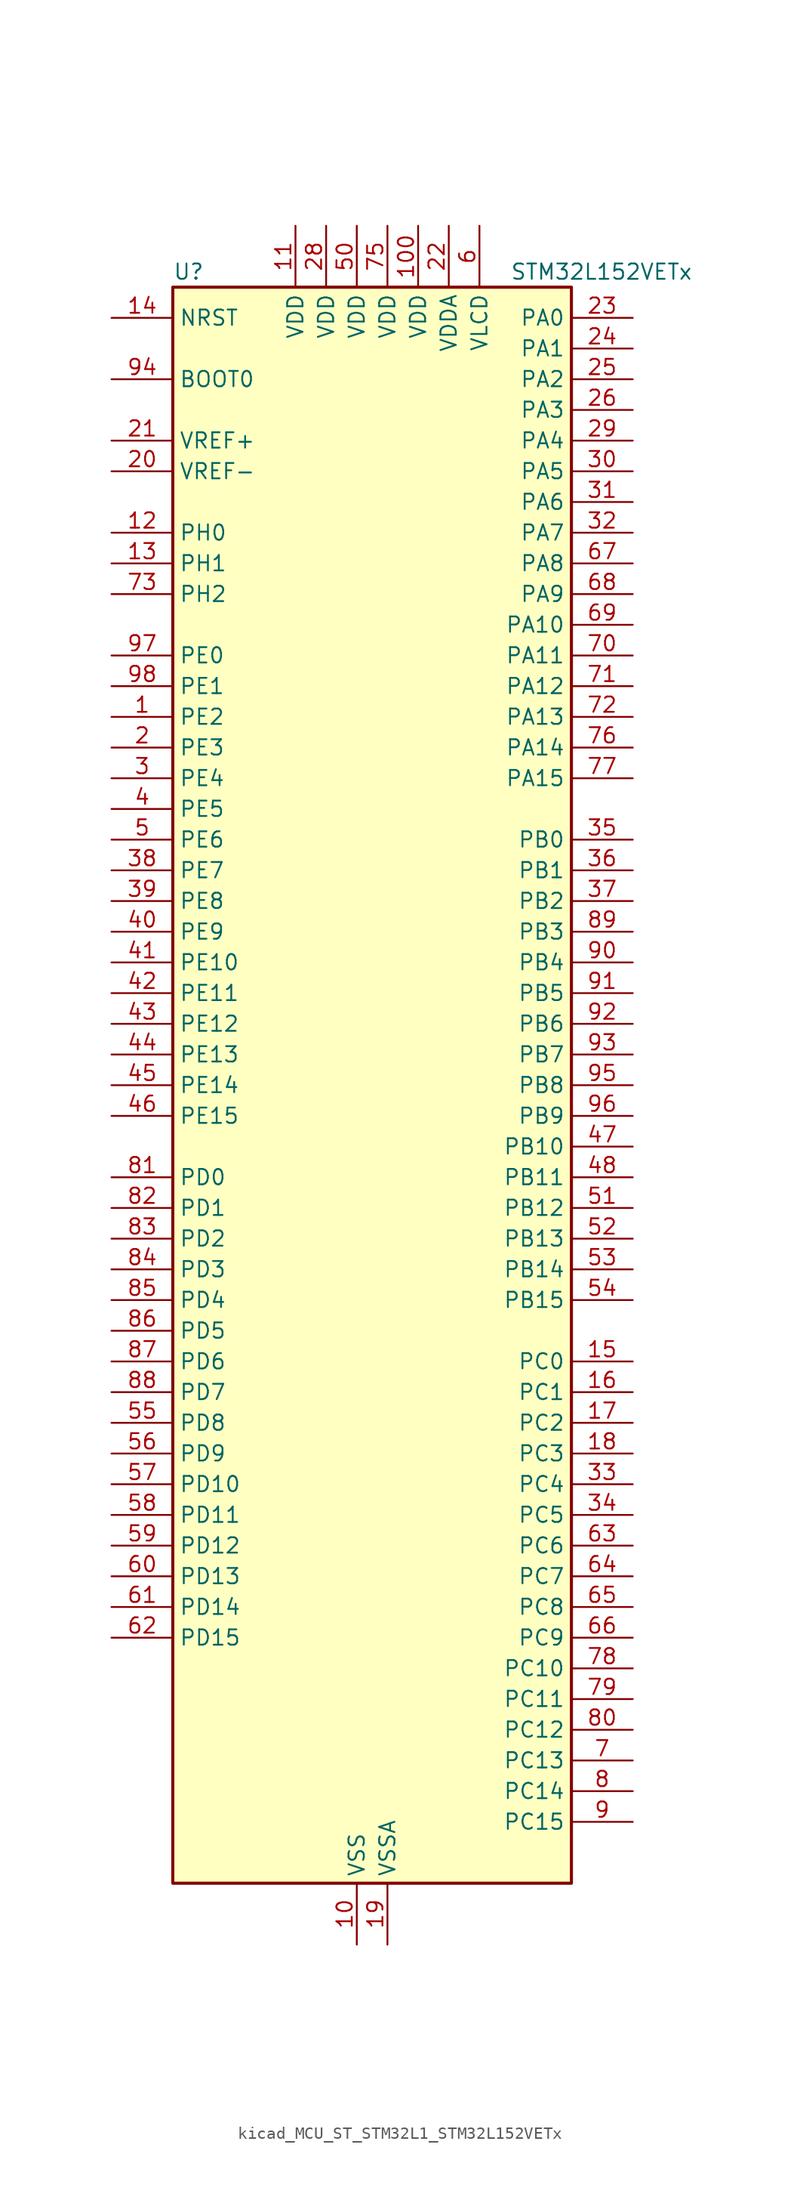
<source format=kicad_sym>
(kicad_symbol_lib
  (version 20220914)
  (generator kicad_symbol_editor)
  (symbol "kicad_MCU_ST_STM32L1_STM32L152VETx"
    (property "Reference" "U"
      (at -15.24 67.31 0)
      (effects (font (size 1.27 1.27)) (justify left)))
    (property "Value" "STM32L152VETx"
      (at 12.7 67.31 0)
      (effects (font (size 1.27 1.27)) (justify left)))
    (property "ki_locked" ""
      (at 0 0 0)
      (effects (font (size 1.27 1.27))))
    (symbol "kicad_MCU_ST_STM32L1_STM32L152VETx_0_1"
      (rectangle (start -15.24 -66.04) (end 17.78 66.04) (stroke (width 0.254) (type default)) (fill (type background))))
    (symbol "kicad_MCU_ST_STM32L1_STM32L152VETx_1_1"
      (pin bidirectional line (at -20.32 30.48 0) (length 5.08) (name "PE2" (effects (font (size 1.27 1.27)))) (number "1" (effects (font (size 1.27 1.27)))) (alternate "LCD_SEG38" bidirectional line) (alternate "SYS_TRACECK" bidirectional line) (alternate "TIM3_ETR" bidirectional line) (alternate "TIMX_IC3" bidirectional line))
      (pin power_in line (at 0 -71.12 90) (length 5.08) (name "VSS" (effects (font (size 1.27 1.27)))) (number "10" (effects (font (size 1.27 1.27)))))
      (pin power_in line (at 5.08 71.12 270) (length 5.08) (name "VDD" (effects (font (size 1.27 1.27)))) (number "100" (effects (font (size 1.27 1.27)))))
      (pin power_in line (at -5.08 71.12 270) (length 5.08) (name "VDD" (effects (font (size 1.27 1.27)))) (number "11" (effects (font (size 1.27 1.27)))))
      (pin bidirectional line (at -20.32 45.72 0) (length 5.08) (name "PH0" (effects (font (size 1.27 1.27)))) (number "12" (effects (font (size 1.27 1.27)))) (alternate "RCC_OSC_IN" bidirectional line))
      (pin bidirectional line (at -20.32 43.18 0) (length 5.08) (name "PH1" (effects (font (size 1.27 1.27)))) (number "13" (effects (font (size 1.27 1.27)))) (alternate "RCC_OSC_OUT" bidirectional line))
      (pin input line (at -20.32 63.5 0) (length 5.08) (name "NRST" (effects (font (size 1.27 1.27)))) (number "14" (effects (font (size 1.27 1.27)))))
      (pin bidirectional line (at 22.86 -22.86 180) (length 5.08) (name "PC0" (effects (font (size 1.27 1.27)))) (number "15" (effects (font (size 1.27 1.27)))) (alternate "ADC_IN10" bidirectional line) (alternate "COMP1_INP" bidirectional line) (alternate "LCD_SEG18" bidirectional line) (alternate "TIMX_IC1" bidirectional line) (alternate "TS_G8_IO1" bidirectional line))
      (pin bidirectional line (at 22.86 -25.4 180) (length 5.08) (name "PC1" (effects (font (size 1.27 1.27)))) (number "16" (effects (font (size 1.27 1.27)))) (alternate "ADC_IN11" bidirectional line) (alternate "COMP1_INP" bidirectional line) (alternate "LCD_SEG19" bidirectional line) (alternate "TIMX_IC2" bidirectional line) (alternate "TS_G8_IO2" bidirectional line))
      (pin bidirectional line (at 22.86 -27.94 180) (length 5.08) (name "PC2" (effects (font (size 1.27 1.27)))) (number "17" (effects (font (size 1.27 1.27)))) (alternate "ADC_IN12" bidirectional line) (alternate "COMP1_INP" bidirectional line) (alternate "LCD_SEG20" bidirectional line) (alternate "TIMX_IC3" bidirectional line) (alternate "TS_G8_IO3" bidirectional line))
      (pin bidirectional line (at 22.86 -30.48 180) (length 5.08) (name "PC3" (effects (font (size 1.27 1.27)))) (number "18" (effects (font (size 1.27 1.27)))) (alternate "ADC_IN13" bidirectional line) (alternate "COMP1_INP" bidirectional line) (alternate "LCD_SEG21" bidirectional line) (alternate "TIMX_IC4" bidirectional line) (alternate "TS_G8_IO4" bidirectional line))
      (pin power_in line (at 2.54 -71.12 90) (length 5.08) (name "VSSA" (effects (font (size 1.27 1.27)))) (number "19" (effects (font (size 1.27 1.27)))))
      (pin bidirectional line (at -20.32 27.94 0) (length 5.08) (name "PE3" (effects (font (size 1.27 1.27)))) (number "2" (effects (font (size 1.27 1.27)))) (alternate "LCD_SEG39" bidirectional line) (alternate "SYS_TRACED0" bidirectional line) (alternate "TIM3_CH1" bidirectional line) (alternate "TIMX_IC4" bidirectional line))
      (pin input line (at -20.32 50.8 0) (length 5.08) (name "VREF-" (effects (font (size 1.27 1.27)))) (number "20" (effects (font (size 1.27 1.27)))))
      (pin input line (at -20.32 53.34 0) (length 5.08) (name "VREF+" (effects (font (size 1.27 1.27)))) (number "21" (effects (font (size 1.27 1.27)))))
      (pin power_in line (at 7.62 71.12 270) (length 5.08) (name "VDDA" (effects (font (size 1.27 1.27)))) (number "22" (effects (font (size 1.27 1.27)))))
      (pin bidirectional line (at 22.86 63.5 180) (length 5.08) (name "PA0" (effects (font (size 1.27 1.27)))) (number "23" (effects (font (size 1.27 1.27)))) (alternate "ADC_IN0" bidirectional line) (alternate "COMP1_INP" bidirectional line) (alternate "RTC_TAMP2" bidirectional line) (alternate "SYS_WKUP1" bidirectional line) (alternate "TIM2_CH1" bidirectional line) (alternate "TIM2_ETR" bidirectional line) (alternate "TIM5_CH1" bidirectional line) (alternate "TIMX_IC1" bidirectional line) (alternate "TS_G1_IO1" bidirectional line) (alternate "USART2_CTS" bidirectional line))
      (pin bidirectional line (at 22.86 60.96 180) (length 5.08) (name "PA1" (effects (font (size 1.27 1.27)))) (number "24" (effects (font (size 1.27 1.27)))) (alternate "ADC_IN1" bidirectional line) (alternate "COMP1_INP" bidirectional line) (alternate "LCD_SEG0" bidirectional line) (alternate "OPAMP1_VINP" bidirectional line) (alternate "TIM2_CH2" bidirectional line) (alternate "TIM5_CH2" bidirectional line) (alternate "TIMX_IC2" bidirectional line) (alternate "TS_G1_IO2" bidirectional line) (alternate "USART2_RTS" bidirectional line))
      (pin bidirectional line (at 22.86 58.42 180) (length 5.08) (name "PA2" (effects (font (size 1.27 1.27)))) (number "25" (effects (font (size 1.27 1.27)))) (alternate "ADC_IN2" bidirectional line) (alternate "COMP1_INP" bidirectional line) (alternate "LCD_SEG1" bidirectional line) (alternate "OPAMP1_VINM" bidirectional line) (alternate "TIM2_CH3" bidirectional line) (alternate "TIM5_CH3" bidirectional line) (alternate "TIM9_CH1" bidirectional line) (alternate "TIMX_IC3" bidirectional line) (alternate "TS_G1_IO3" bidirectional line) (alternate "USART2_TX" bidirectional line))
      (pin bidirectional line (at 22.86 55.88 180) (length 5.08) (name "PA3" (effects (font (size 1.27 1.27)))) (number "26" (effects (font (size 1.27 1.27)))) (alternate "ADC_IN3" bidirectional line) (alternate "COMP1_INP" bidirectional line) (alternate "LCD_SEG2" bidirectional line) (alternate "OPAMP1_VOUT" bidirectional line) (alternate "TIM2_CH4" bidirectional line) (alternate "TIM5_CH4" bidirectional line) (alternate "TIM9_CH2" bidirectional line) (alternate "TIMX_IC4" bidirectional line) (alternate "TS_G1_IO4" bidirectional line) (alternate "USART2_RX" bidirectional line))
      (pin passive line (at 0 -71.12 90) (length 5.08) hide (name "VSS" (effects (font (size 1.27 1.27)))) (number "27" (effects (font (size 1.27 1.27)))))
      (pin power_in line (at -2.54 71.12 270) (length 5.08) (name "VDD" (effects (font (size 1.27 1.27)))) (number "28" (effects (font (size 1.27 1.27)))))
      (pin bidirectional line (at 22.86 53.34 180) (length 5.08) (name "PA4" (effects (font (size 1.27 1.27)))) (number "29" (effects (font (size 1.27 1.27)))) (alternate "ADC_IN4" bidirectional line) (alternate "COMP1_INP" bidirectional line) (alternate "DAC_OUT1" bidirectional line) (alternate "I2S3_WS" bidirectional line) (alternate "SPI1_NSS" bidirectional line) (alternate "SPI3_NSS" bidirectional line) (alternate "TIMX_IC1" bidirectional line) (alternate "USART2_CK" bidirectional line))
      (pin bidirectional line (at -20.32 25.4 0) (length 5.08) (name "PE4" (effects (font (size 1.27 1.27)))) (number "3" (effects (font (size 1.27 1.27)))) (alternate "SYS_TRACED1" bidirectional line) (alternate "TIM3_CH2" bidirectional line) (alternate "TIMX_IC1" bidirectional line))
      (pin bidirectional line (at 22.86 50.8 180) (length 5.08) (name "PA5" (effects (font (size 1.27 1.27)))) (number "30" (effects (font (size 1.27 1.27)))) (alternate "ADC_IN5" bidirectional line) (alternate "COMP1_INP" bidirectional line) (alternate "DAC_OUT2" bidirectional line) (alternate "SPI1_SCK" bidirectional line) (alternate "TIM2_CH1" bidirectional line) (alternate "TIM2_ETR" bidirectional line) (alternate "TIMX_IC2" bidirectional line))
      (pin bidirectional line (at 22.86 48.26 180) (length 5.08) (name "PA6" (effects (font (size 1.27 1.27)))) (number "31" (effects (font (size 1.27 1.27)))) (alternate "ADC_IN6" bidirectional line) (alternate "COMP1_INP" bidirectional line) (alternate "LCD_SEG3" bidirectional line) (alternate "OPAMP2_VINP" bidirectional line) (alternate "SPI1_MISO" bidirectional line) (alternate "TIM10_CH1" bidirectional line) (alternate "TIM3_CH1" bidirectional line) (alternate "TIMX_IC3" bidirectional line) (alternate "TS_G2_IO1" bidirectional line))
      (pin bidirectional line (at 22.86 45.72 180) (length 5.08) (name "PA7" (effects (font (size 1.27 1.27)))) (number "32" (effects (font (size 1.27 1.27)))) (alternate "ADC_IN7" bidirectional line) (alternate "COMP1_INP" bidirectional line) (alternate "LCD_SEG4" bidirectional line) (alternate "OPAMP2_VINM" bidirectional line) (alternate "SPI1_MOSI" bidirectional line) (alternate "TIM11_CH1" bidirectional line) (alternate "TIM3_CH2" bidirectional line) (alternate "TIMX_IC4" bidirectional line) (alternate "TS_G2_IO2" bidirectional line))
      (pin bidirectional line (at 22.86 -33.02 180) (length 5.08) (name "PC4" (effects (font (size 1.27 1.27)))) (number "33" (effects (font (size 1.27 1.27)))) (alternate "ADC_IN14" bidirectional line) (alternate "COMP1_INP" bidirectional line) (alternate "LCD_SEG22" bidirectional line) (alternate "TIMX_IC1" bidirectional line) (alternate "TS_G9_IO1" bidirectional line))
      (pin bidirectional line (at 22.86 -35.56 180) (length 5.08) (name "PC5" (effects (font (size 1.27 1.27)))) (number "34" (effects (font (size 1.27 1.27)))) (alternate "ADC_IN15" bidirectional line) (alternate "COMP1_INP" bidirectional line) (alternate "LCD_SEG23" bidirectional line) (alternate "TIMX_IC2" bidirectional line) (alternate "TS_G9_IO2" bidirectional line))
      (pin bidirectional line (at 22.86 20.32 180) (length 5.08) (name "PB0" (effects (font (size 1.27 1.27)))) (number "35" (effects (font (size 1.27 1.27)))) (alternate "ADC_IN8" bidirectional line) (alternate "COMP1_INP" bidirectional line) (alternate "LCD_SEG5" bidirectional line) (alternate "OPAMP2_VOUT" bidirectional line) (alternate "SYS_V_REF_OUT" bidirectional line) (alternate "TIM3_CH3" bidirectional line) (alternate "TS_G3_IO1" bidirectional line))
      (pin bidirectional line (at 22.86 17.78 180) (length 5.08) (name "PB1" (effects (font (size 1.27 1.27)))) (number "36" (effects (font (size 1.27 1.27)))) (alternate "ADC_IN9" bidirectional line) (alternate "COMP1_INP" bidirectional line) (alternate "LCD_SEG6" bidirectional line) (alternate "SYS_V_REF_OUT" bidirectional line) (alternate "TIM3_CH4" bidirectional line) (alternate "TS_G3_IO2" bidirectional line))
      (pin bidirectional line (at 22.86 15.24 180) (length 5.08) (name "PB2" (effects (font (size 1.27 1.27)))) (number "37" (effects (font (size 1.27 1.27)))) (alternate "ADC_IN0b" bidirectional line) (alternate "TS_G3_IO3" bidirectional line))
      (pin bidirectional line (at -20.32 17.78 0) (length 5.08) (name "PE7" (effects (font (size 1.27 1.27)))) (number "38" (effects (font (size 1.27 1.27)))) (alternate "ADC_IN22" bidirectional line) (alternate "COMP1_INP" bidirectional line) (alternate "TIMX_IC4" bidirectional line))
      (pin bidirectional line (at -20.32 15.24 0) (length 5.08) (name "PE8" (effects (font (size 1.27 1.27)))) (number "39" (effects (font (size 1.27 1.27)))) (alternate "ADC_IN23" bidirectional line) (alternate "COMP1_INP" bidirectional line) (alternate "TIMX_IC1" bidirectional line))
      (pin bidirectional line (at -20.32 22.86 0) (length 5.08) (name "PE5" (effects (font (size 1.27 1.27)))) (number "4" (effects (font (size 1.27 1.27)))) (alternate "SYS_TRACED2" bidirectional line) (alternate "TIM9_CH1" bidirectional line) (alternate "TIMX_IC2" bidirectional line))
      (pin bidirectional line (at -20.32 12.7 0) (length 5.08) (name "PE9" (effects (font (size 1.27 1.27)))) (number "40" (effects (font (size 1.27 1.27)))) (alternate "ADC_IN24" bidirectional line) (alternate "COMP1_INP" bidirectional line) (alternate "DAC_EXTI9" bidirectional line) (alternate "TIM2_CH1" bidirectional line) (alternate "TIM2_ETR" bidirectional line) (alternate "TIMX_IC2" bidirectional line))
      (pin bidirectional line (at -20.32 10.16 0) (length 5.08) (name "PE10" (effects (font (size 1.27 1.27)))) (number "41" (effects (font (size 1.27 1.27)))) (alternate "ADC_IN25" bidirectional line) (alternate "COMP1_INP" bidirectional line) (alternate "TIM2_CH2" bidirectional line) (alternate "TIMX_IC3" bidirectional line))
      (pin bidirectional line (at -20.32 7.62 0) (length 5.08) (name "PE11" (effects (font (size 1.27 1.27)))) (number "42" (effects (font (size 1.27 1.27)))) (alternate "ADC_EXTI11" bidirectional line) (alternate "TIM2_CH3" bidirectional line) (alternate "TIMX_IC4" bidirectional line))
      (pin bidirectional line (at -20.32 5.08 0) (length 5.08) (name "PE12" (effects (font (size 1.27 1.27)))) (number "43" (effects (font (size 1.27 1.27)))) (alternate "SPI1_NSS" bidirectional line) (alternate "TIM2_CH4" bidirectional line) (alternate "TIMX_IC1" bidirectional line))
      (pin bidirectional line (at -20.32 2.54 0) (length 5.08) (name "PE13" (effects (font (size 1.27 1.27)))) (number "44" (effects (font (size 1.27 1.27)))) (alternate "SPI1_SCK" bidirectional line) (alternate "TIMX_IC2" bidirectional line))
      (pin bidirectional line (at -20.32 0 0) (length 5.08) (name "PE14" (effects (font (size 1.27 1.27)))) (number "45" (effects (font (size 1.27 1.27)))) (alternate "SPI1_MISO" bidirectional line) (alternate "TIMX_IC3" bidirectional line))
      (pin bidirectional line (at -20.32 -2.54 0) (length 5.08) (name "PE15" (effects (font (size 1.27 1.27)))) (number "46" (effects (font (size 1.27 1.27)))) (alternate "ADC_EXTI15" bidirectional line) (alternate "SPI1_MOSI" bidirectional line) (alternate "TIMX_IC4" bidirectional line))
      (pin bidirectional line (at 22.86 -5.08 180) (length 5.08) (name "PB10" (effects (font (size 1.27 1.27)))) (number "47" (effects (font (size 1.27 1.27)))) (alternate "I2C2_SCL" bidirectional line) (alternate "LCD_SEG10" bidirectional line) (alternate "TIM2_CH3" bidirectional line) (alternate "USART3_TX" bidirectional line))
      (pin bidirectional line (at 22.86 -7.62 180) (length 5.08) (name "PB11" (effects (font (size 1.27 1.27)))) (number "48" (effects (font (size 1.27 1.27)))) (alternate "ADC_EXTI11" bidirectional line) (alternate "I2C2_SDA" bidirectional line) (alternate "LCD_SEG11" bidirectional line) (alternate "TIM2_CH4" bidirectional line) (alternate "USART3_RX" bidirectional line))
      (pin passive line (at 0 -71.12 90) (length 5.08) hide (name "VSS" (effects (font (size 1.27 1.27)))) (number "49" (effects (font (size 1.27 1.27)))))
      (pin bidirectional line (at -20.32 20.32 0) (length 5.08) (name "PE6" (effects (font (size 1.27 1.27)))) (number "5" (effects (font (size 1.27 1.27)))) (alternate "RTC_TAMP3" bidirectional line) (alternate "SYS_TRACED3" bidirectional line) (alternate "SYS_WKUP3" bidirectional line) (alternate "TIM9_CH2" bidirectional line) (alternate "TIMX_IC3" bidirectional line))
      (pin power_in line (at 0 71.12 270) (length 5.08) (name "VDD" (effects (font (size 1.27 1.27)))) (number "50" (effects (font (size 1.27 1.27)))))
      (pin bidirectional line (at 22.86 -10.16 180) (length 5.08) (name "PB12" (effects (font (size 1.27 1.27)))) (number "51" (effects (font (size 1.27 1.27)))) (alternate "ADC_IN18" bidirectional line) (alternate "COMP1_INP" bidirectional line) (alternate "I2C2_SMBA" bidirectional line) (alternate "I2S2_WS" bidirectional line) (alternate "LCD_SEG12" bidirectional line) (alternate "SPI2_NSS" bidirectional line) (alternate "TIM10_CH1" bidirectional line) (alternate "TS_G7_IO1" bidirectional line) (alternate "USART3_CK" bidirectional line))
      (pin bidirectional line (at 22.86 -12.7 180) (length 5.08) (name "PB13" (effects (font (size 1.27 1.27)))) (number "52" (effects (font (size 1.27 1.27)))) (alternate "ADC_IN19" bidirectional line) (alternate "COMP1_INP" bidirectional line) (alternate "I2S2_CK" bidirectional line) (alternate "LCD_SEG13" bidirectional line) (alternate "SPI2_SCK" bidirectional line) (alternate "TIM9_CH1" bidirectional line) (alternate "TS_G7_IO2" bidirectional line) (alternate "USART3_CTS" bidirectional line))
      (pin bidirectional line (at 22.86 -15.24 180) (length 5.08) (name "PB14" (effects (font (size 1.27 1.27)))) (number "53" (effects (font (size 1.27 1.27)))) (alternate "ADC_IN20" bidirectional line) (alternate "COMP1_INP" bidirectional line) (alternate "LCD_SEG14" bidirectional line) (alternate "SPI2_MISO" bidirectional line) (alternate "TIM9_CH2" bidirectional line) (alternate "TS_G7_IO3" bidirectional line) (alternate "USART3_RTS" bidirectional line))
      (pin bidirectional line (at 22.86 -17.78 180) (length 5.08) (name "PB15" (effects (font (size 1.27 1.27)))) (number "54" (effects (font (size 1.27 1.27)))) (alternate "ADC_EXTI15" bidirectional line) (alternate "ADC_IN21" bidirectional line) (alternate "COMP1_INP" bidirectional line) (alternate "I2S2_SD" bidirectional line) (alternate "LCD_SEG15" bidirectional line) (alternate "RTC_REFIN" bidirectional line) (alternate "SPI2_MOSI" bidirectional line) (alternate "TIM11_CH1" bidirectional line) (alternate "TS_G7_IO4" bidirectional line))
      (pin bidirectional line (at -20.32 -27.94 0) (length 5.08) (name "PD8" (effects (font (size 1.27 1.27)))) (number "55" (effects (font (size 1.27 1.27)))) (alternate "LCD_SEG28" bidirectional line) (alternate "TIMX_IC1" bidirectional line) (alternate "USART3_TX" bidirectional line))
      (pin bidirectional line (at -20.32 -30.48 0) (length 5.08) (name "PD9" (effects (font (size 1.27 1.27)))) (number "56" (effects (font (size 1.27 1.27)))) (alternate "DAC_EXTI9" bidirectional line) (alternate "LCD_SEG29" bidirectional line) (alternate "TIMX_IC2" bidirectional line) (alternate "USART3_RX" bidirectional line))
      (pin bidirectional line (at -20.32 -33.02 0) (length 5.08) (name "PD10" (effects (font (size 1.27 1.27)))) (number "57" (effects (font (size 1.27 1.27)))) (alternate "LCD_SEG30" bidirectional line) (alternate "TIMX_IC3" bidirectional line) (alternate "USART3_CK" bidirectional line))
      (pin bidirectional line (at -20.32 -35.56 0) (length 5.08) (name "PD11" (effects (font (size 1.27 1.27)))) (number "58" (effects (font (size 1.27 1.27)))) (alternate "ADC_EXTI11" bidirectional line) (alternate "LCD_SEG31" bidirectional line) (alternate "TIMX_IC4" bidirectional line) (alternate "USART3_CTS" bidirectional line))
      (pin bidirectional line (at -20.32 -38.1 0) (length 5.08) (name "PD12" (effects (font (size 1.27 1.27)))) (number "59" (effects (font (size 1.27 1.27)))) (alternate "LCD_SEG32" bidirectional line) (alternate "TIM4_CH1" bidirectional line) (alternate "TIMX_IC1" bidirectional line) (alternate "USART3_RTS" bidirectional line))
      (pin power_in line (at 10.16 71.12 270) (length 5.08) (name "VLCD" (effects (font (size 1.27 1.27)))) (number "6" (effects (font (size 1.27 1.27)))))
      (pin bidirectional line (at -20.32 -40.64 0) (length 5.08) (name "PD13" (effects (font (size 1.27 1.27)))) (number "60" (effects (font (size 1.27 1.27)))) (alternate "LCD_SEG33" bidirectional line) (alternate "TIM4_CH2" bidirectional line) (alternate "TIMX_IC2" bidirectional line))
      (pin bidirectional line (at -20.32 -43.18 0) (length 5.08) (name "PD14" (effects (font (size 1.27 1.27)))) (number "61" (effects (font (size 1.27 1.27)))) (alternate "LCD_SEG34" bidirectional line) (alternate "TIM4_CH3" bidirectional line) (alternate "TIMX_IC3" bidirectional line))
      (pin bidirectional line (at -20.32 -45.72 0) (length 5.08) (name "PD15" (effects (font (size 1.27 1.27)))) (number "62" (effects (font (size 1.27 1.27)))) (alternate "ADC_EXTI15" bidirectional line) (alternate "LCD_SEG35" bidirectional line) (alternate "TIM4_CH4" bidirectional line) (alternate "TIMX_IC4" bidirectional line))
      (pin bidirectional line (at 22.86 -38.1 180) (length 5.08) (name "PC6" (effects (font (size 1.27 1.27)))) (number "63" (effects (font (size 1.27 1.27)))) (alternate "I2S2_MCK" bidirectional line) (alternate "LCD_SEG24" bidirectional line) (alternate "TIM3_CH1" bidirectional line) (alternate "TIMX_IC3" bidirectional line) (alternate "TS_G10_IO1" bidirectional line))
      (pin bidirectional line (at 22.86 -40.64 180) (length 5.08) (name "PC7" (effects (font (size 1.27 1.27)))) (number "64" (effects (font (size 1.27 1.27)))) (alternate "I2S3_MCK" bidirectional line) (alternate "LCD_SEG25" bidirectional line) (alternate "TIM3_CH2" bidirectional line) (alternate "TIMX_IC4" bidirectional line) (alternate "TS_G10_IO2" bidirectional line))
      (pin bidirectional line (at 22.86 -43.18 180) (length 5.08) (name "PC8" (effects (font (size 1.27 1.27)))) (number "65" (effects (font (size 1.27 1.27)))) (alternate "LCD_SEG26" bidirectional line) (alternate "TIM3_CH3" bidirectional line) (alternate "TIMX_IC1" bidirectional line) (alternate "TS_G10_IO3" bidirectional line))
      (pin bidirectional line (at 22.86 -45.72 180) (length 5.08) (name "PC9" (effects (font (size 1.27 1.27)))) (number "66" (effects (font (size 1.27 1.27)))) (alternate "DAC_EXTI9" bidirectional line) (alternate "LCD_SEG27" bidirectional line) (alternate "TIM3_CH4" bidirectional line) (alternate "TIMX_IC2" bidirectional line) (alternate "TS_G10_IO4" bidirectional line))
      (pin bidirectional line (at 22.86 43.18 180) (length 5.08) (name "PA8" (effects (font (size 1.27 1.27)))) (number "67" (effects (font (size 1.27 1.27)))) (alternate "LCD_COM0" bidirectional line) (alternate "RCC_MCO" bidirectional line) (alternate "TIMX_IC1" bidirectional line) (alternate "TS_G4_IO1" bidirectional line) (alternate "USART1_CK" bidirectional line))
      (pin bidirectional line (at 22.86 40.64 180) (length 5.08) (name "PA9" (effects (font (size 1.27 1.27)))) (number "68" (effects (font (size 1.27 1.27)))) (alternate "DAC_EXTI9" bidirectional line) (alternate "LCD_COM1" bidirectional line) (alternate "TIMX_IC2" bidirectional line) (alternate "TS_G4_IO2" bidirectional line) (alternate "USART1_TX" bidirectional line))
      (pin bidirectional line (at 22.86 38.1 180) (length 5.08) (name "PA10" (effects (font (size 1.27 1.27)))) (number "69" (effects (font (size 1.27 1.27)))) (alternate "LCD_COM2" bidirectional line) (alternate "TIMX_IC3" bidirectional line) (alternate "TS_G4_IO3" bidirectional line) (alternate "USART1_RX" bidirectional line))
      (pin bidirectional line (at 22.86 -55.88 180) (length 5.08) (name "PC13" (effects (font (size 1.27 1.27)))) (number "7" (effects (font (size 1.27 1.27)))) (alternate "RTC_OUT_ALARM" bidirectional line) (alternate "RTC_OUT_CALIB" bidirectional line) (alternate "RTC_TAMP1" bidirectional line) (alternate "RTC_TS" bidirectional line) (alternate "SYS_WKUP2" bidirectional line) (alternate "TIMX_IC2" bidirectional line))
      (pin bidirectional line (at 22.86 35.56 180) (length 5.08) (name "PA11" (effects (font (size 1.27 1.27)))) (number "70" (effects (font (size 1.27 1.27)))) (alternate "ADC_EXTI11" bidirectional line) (alternate "SPI1_MISO" bidirectional line) (alternate "TIMX_IC4" bidirectional line) (alternate "USART1_CTS" bidirectional line) (alternate "USB_DM" bidirectional line))
      (pin bidirectional line (at 22.86 33.02 180) (length 5.08) (name "PA12" (effects (font (size 1.27 1.27)))) (number "71" (effects (font (size 1.27 1.27)))) (alternate "SPI1_MOSI" bidirectional line) (alternate "TIMX_IC1" bidirectional line) (alternate "USART1_RTS" bidirectional line) (alternate "USB_DP" bidirectional line))
      (pin bidirectional line (at 22.86 30.48 180) (length 5.08) (name "PA13" (effects (font (size 1.27 1.27)))) (number "72" (effects (font (size 1.27 1.27)))) (alternate "SYS_JTMS-SWDIO" bidirectional line) (alternate "TIMX_IC2" bidirectional line) (alternate "TS_G5_IO1" bidirectional line))
      (pin bidirectional line (at -20.32 40.64 0) (length 5.08) (name "PH2" (effects (font (size 1.27 1.27)))) (number "73" (effects (font (size 1.27 1.27)))))
      (pin passive line (at 0 -71.12 90) (length 5.08) hide (name "VSS" (effects (font (size 1.27 1.27)))) (number "74" (effects (font (size 1.27 1.27)))))
      (pin power_in line (at 2.54 71.12 270) (length 5.08) (name "VDD" (effects (font (size 1.27 1.27)))) (number "75" (effects (font (size 1.27 1.27)))))
      (pin bidirectional line (at 22.86 27.94 180) (length 5.08) (name "PA14" (effects (font (size 1.27 1.27)))) (number "76" (effects (font (size 1.27 1.27)))) (alternate "SYS_JTCK-SWCLK" bidirectional line) (alternate "TIMX_IC3" bidirectional line) (alternate "TS_G5_IO2" bidirectional line))
      (pin bidirectional line (at 22.86 25.4 180) (length 5.08) (name "PA15" (effects (font (size 1.27 1.27)))) (number "77" (effects (font (size 1.27 1.27)))) (alternate "ADC_EXTI15" bidirectional line) (alternate "I2S3_WS" bidirectional line) (alternate "LCD_SEG17" bidirectional line) (alternate "SPI1_NSS" bidirectional line) (alternate "SPI3_NSS" bidirectional line) (alternate "SYS_JTDI" bidirectional line) (alternate "TIM2_CH1" bidirectional line) (alternate "TIM2_ETR" bidirectional line) (alternate "TIMX_IC4" bidirectional line) (alternate "TS_G5_IO3" bidirectional line))
      (pin bidirectional line (at 22.86 -48.26 180) (length 5.08) (name "PC10" (effects (font (size 1.27 1.27)))) (number "78" (effects (font (size 1.27 1.27)))) (alternate "I2S3_CK" bidirectional line) (alternate "LCD_COM4" bidirectional line) (alternate "LCD_SEG28" bidirectional line) (alternate "LCD_SEG40" bidirectional line) (alternate "SPI3_SCK" bidirectional line) (alternate "TIMX_IC3" bidirectional line) (alternate "UART4_TX" bidirectional line) (alternate "USART3_TX" bidirectional line))
      (pin bidirectional line (at 22.86 -50.8 180) (length 5.08) (name "PC11" (effects (font (size 1.27 1.27)))) (number "79" (effects (font (size 1.27 1.27)))) (alternate "ADC_EXTI11" bidirectional line) (alternate "LCD_COM5" bidirectional line) (alternate "LCD_SEG29" bidirectional line) (alternate "LCD_SEG41" bidirectional line) (alternate "SPI3_MISO" bidirectional line) (alternate "TIMX_IC4" bidirectional line) (alternate "UART4_RX" bidirectional line) (alternate "USART3_RX" bidirectional line))
      (pin bidirectional line (at 22.86 -58.42 180) (length 5.08) (name "PC14" (effects (font (size 1.27 1.27)))) (number "8" (effects (font (size 1.27 1.27)))) (alternate "RCC_OSC32_IN" bidirectional line) (alternate "TIMX_IC3" bidirectional line))
      (pin bidirectional line (at 22.86 -53.34 180) (length 5.08) (name "PC12" (effects (font (size 1.27 1.27)))) (number "80" (effects (font (size 1.27 1.27)))) (alternate "I2S3_SD" bidirectional line) (alternate "LCD_COM6" bidirectional line) (alternate "LCD_SEG30" bidirectional line) (alternate "LCD_SEG42" bidirectional line) (alternate "SPI3_MOSI" bidirectional line) (alternate "TIMX_IC1" bidirectional line) (alternate "UART5_TX" bidirectional line) (alternate "USART3_CK" bidirectional line))
      (pin bidirectional line (at -20.32 -7.62 0) (length 5.08) (name "PD0" (effects (font (size 1.27 1.27)))) (number "81" (effects (font (size 1.27 1.27)))) (alternate "I2S2_WS" bidirectional line) (alternate "SPI2_NSS" bidirectional line) (alternate "TIM9_CH1" bidirectional line) (alternate "TIMX_IC1" bidirectional line))
      (pin bidirectional line (at -20.32 -10.16 0) (length 5.08) (name "PD1" (effects (font (size 1.27 1.27)))) (number "82" (effects (font (size 1.27 1.27)))) (alternate "I2S2_CK" bidirectional line) (alternate "SPI2_SCK" bidirectional line) (alternate "TIMX_IC2" bidirectional line))
      (pin bidirectional line (at -20.32 -12.7 0) (length 5.08) (name "PD2" (effects (font (size 1.27 1.27)))) (number "83" (effects (font (size 1.27 1.27)))) (alternate "LCD_COM7" bidirectional line) (alternate "LCD_SEG31" bidirectional line) (alternate "LCD_SEG43" bidirectional line) (alternate "TIM3_ETR" bidirectional line) (alternate "TIMX_IC3" bidirectional line) (alternate "UART5_RX" bidirectional line))
      (pin bidirectional line (at -20.32 -15.24 0) (length 5.08) (name "PD3" (effects (font (size 1.27 1.27)))) (number "84" (effects (font (size 1.27 1.27)))) (alternate "SPI2_MISO" bidirectional line) (alternate "TIMX_IC4" bidirectional line) (alternate "USART2_CTS" bidirectional line))
      (pin bidirectional line (at -20.32 -17.78 0) (length 5.08) (name "PD4" (effects (font (size 1.27 1.27)))) (number "85" (effects (font (size 1.27 1.27)))) (alternate "I2S2_SD" bidirectional line) (alternate "SPI2_MOSI" bidirectional line) (alternate "TIMX_IC1" bidirectional line) (alternate "USART2_RTS" bidirectional line))
      (pin bidirectional line (at -20.32 -20.32 0) (length 5.08) (name "PD5" (effects (font (size 1.27 1.27)))) (number "86" (effects (font (size 1.27 1.27)))) (alternate "TIMX_IC2" bidirectional line) (alternate "USART2_TX" bidirectional line))
      (pin bidirectional line (at -20.32 -22.86 0) (length 5.08) (name "PD6" (effects (font (size 1.27 1.27)))) (number "87" (effects (font (size 1.27 1.27)))) (alternate "TIMX_IC3" bidirectional line) (alternate "USART2_RX" bidirectional line))
      (pin bidirectional line (at -20.32 -25.4 0) (length 5.08) (name "PD7" (effects (font (size 1.27 1.27)))) (number "88" (effects (font (size 1.27 1.27)))) (alternate "TIM9_CH2" bidirectional line) (alternate "TIMX_IC4" bidirectional line) (alternate "USART2_CK" bidirectional line))
      (pin bidirectional line (at 22.86 12.7 180) (length 5.08) (name "PB3" (effects (font (size 1.27 1.27)))) (number "89" (effects (font (size 1.27 1.27)))) (alternate "COMP2_INM" bidirectional line) (alternate "I2S3_CK" bidirectional line) (alternate "LCD_SEG7" bidirectional line) (alternate "SPI1_SCK" bidirectional line) (alternate "SPI3_SCK" bidirectional line) (alternate "SYS_JTDO-TRACESWO" bidirectional line) (alternate "TIM2_CH2" bidirectional line))
      (pin bidirectional line (at 22.86 -60.96 180) (length 5.08) (name "PC15" (effects (font (size 1.27 1.27)))) (number "9" (effects (font (size 1.27 1.27)))) (alternate "ADC_EXTI15" bidirectional line) (alternate "RCC_OSC32_OUT" bidirectional line) (alternate "TIMX_IC4" bidirectional line))
      (pin bidirectional line (at 22.86 10.16 180) (length 5.08) (name "PB4" (effects (font (size 1.27 1.27)))) (number "90" (effects (font (size 1.27 1.27)))) (alternate "COMP2_INP" bidirectional line) (alternate "LCD_SEG8" bidirectional line) (alternate "SPI1_MISO" bidirectional line) (alternate "SPI3_MISO" bidirectional line) (alternate "SYS_JTRST" bidirectional line) (alternate "TIM3_CH1" bidirectional line) (alternate "TS_G6_IO1" bidirectional line))
      (pin bidirectional line (at 22.86 7.62 180) (length 5.08) (name "PB5" (effects (font (size 1.27 1.27)))) (number "91" (effects (font (size 1.27 1.27)))) (alternate "COMP2_INP" bidirectional line) (alternate "I2C1_SMBA" bidirectional line) (alternate "I2S3_SD" bidirectional line) (alternate "LCD_SEG9" bidirectional line) (alternate "SPI1_MOSI" bidirectional line) (alternate "SPI3_MOSI" bidirectional line) (alternate "TIM3_CH2" bidirectional line) (alternate "TS_G6_IO2" bidirectional line))
      (pin bidirectional line (at 22.86 5.08 180) (length 5.08) (name "PB6" (effects (font (size 1.27 1.27)))) (number "92" (effects (font (size 1.27 1.27)))) (alternate "COMP2_INP" bidirectional line) (alternate "I2C1_SCL" bidirectional line) (alternate "TIM4_CH1" bidirectional line) (alternate "TS_G6_IO3" bidirectional line) (alternate "USART1_TX" bidirectional line))
      (pin bidirectional line (at 22.86 2.54 180) (length 5.08) (name "PB7" (effects (font (size 1.27 1.27)))) (number "93" (effects (font (size 1.27 1.27)))) (alternate "COMP2_INP" bidirectional line) (alternate "I2C1_SDA" bidirectional line) (alternate "SYS_PVD_IN" bidirectional line) (alternate "TIM4_CH2" bidirectional line) (alternate "TS_G6_IO4" bidirectional line) (alternate "USART1_RX" bidirectional line))
      (pin input line (at -20.32 58.42 0) (length 5.08) (name "BOOT0" (effects (font (size 1.27 1.27)))) (number "94" (effects (font (size 1.27 1.27)))))
      (pin bidirectional line (at 22.86 0 180) (length 5.08) (name "PB8" (effects (font (size 1.27 1.27)))) (number "95" (effects (font (size 1.27 1.27)))) (alternate "I2C1_SCL" bidirectional line) (alternate "LCD_SEG16" bidirectional line) (alternate "TIM10_CH1" bidirectional line) (alternate "TIM4_CH3" bidirectional line))
      (pin bidirectional line (at 22.86 -2.54 180) (length 5.08) (name "PB9" (effects (font (size 1.27 1.27)))) (number "96" (effects (font (size 1.27 1.27)))) (alternate "DAC_EXTI9" bidirectional line) (alternate "I2C1_SDA" bidirectional line) (alternate "LCD_COM3" bidirectional line) (alternate "TIM11_CH1" bidirectional line) (alternate "TIM4_CH4" bidirectional line))
      (pin bidirectional line (at -20.32 35.56 0) (length 5.08) (name "PE0" (effects (font (size 1.27 1.27)))) (number "97" (effects (font (size 1.27 1.27)))) (alternate "LCD_SEG36" bidirectional line) (alternate "TIM10_CH1" bidirectional line) (alternate "TIM4_ETR" bidirectional line) (alternate "TIMX_IC1" bidirectional line))
      (pin bidirectional line (at -20.32 33.02 0) (length 5.08) (name "PE1" (effects (font (size 1.27 1.27)))) (number "98" (effects (font (size 1.27 1.27)))) (alternate "LCD_SEG37" bidirectional line) (alternate "TIM11_CH1" bidirectional line) (alternate "TIMX_IC2" bidirectional line))
      (pin passive line (at 0 -71.12 90) (length 5.08) hide (name "VSS" (effects (font (size 1.27 1.27)))) (number "99" (effects (font (size 1.27 1.27))))))))
</source>
